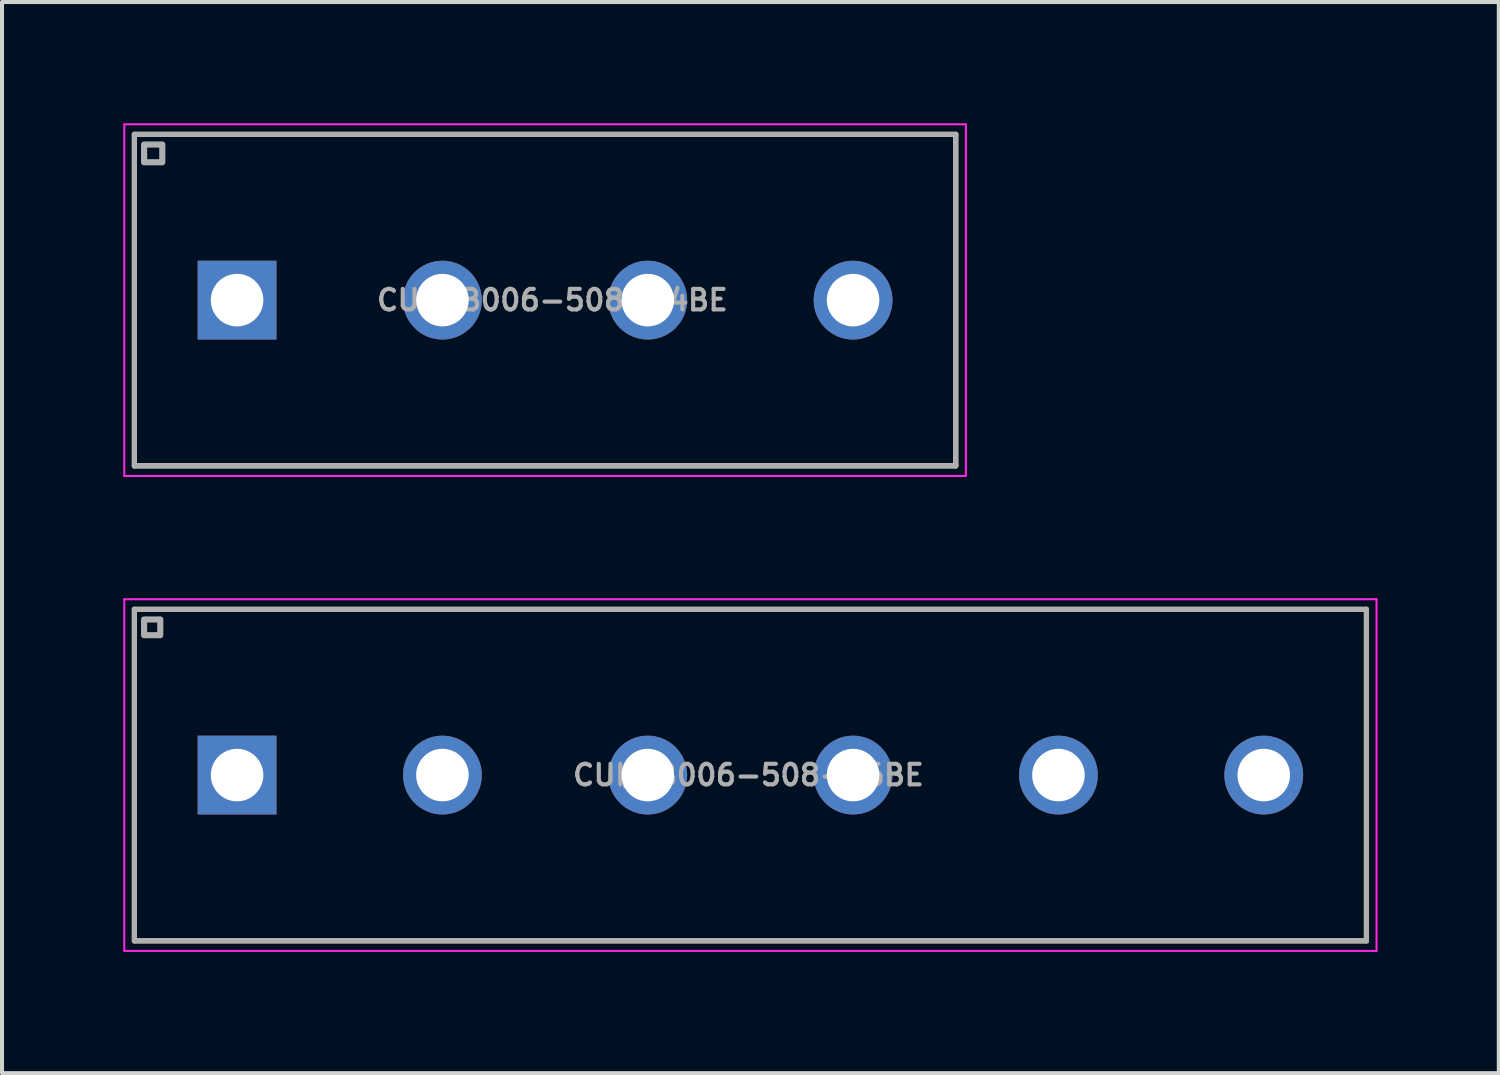
<source format=kicad_pcb>
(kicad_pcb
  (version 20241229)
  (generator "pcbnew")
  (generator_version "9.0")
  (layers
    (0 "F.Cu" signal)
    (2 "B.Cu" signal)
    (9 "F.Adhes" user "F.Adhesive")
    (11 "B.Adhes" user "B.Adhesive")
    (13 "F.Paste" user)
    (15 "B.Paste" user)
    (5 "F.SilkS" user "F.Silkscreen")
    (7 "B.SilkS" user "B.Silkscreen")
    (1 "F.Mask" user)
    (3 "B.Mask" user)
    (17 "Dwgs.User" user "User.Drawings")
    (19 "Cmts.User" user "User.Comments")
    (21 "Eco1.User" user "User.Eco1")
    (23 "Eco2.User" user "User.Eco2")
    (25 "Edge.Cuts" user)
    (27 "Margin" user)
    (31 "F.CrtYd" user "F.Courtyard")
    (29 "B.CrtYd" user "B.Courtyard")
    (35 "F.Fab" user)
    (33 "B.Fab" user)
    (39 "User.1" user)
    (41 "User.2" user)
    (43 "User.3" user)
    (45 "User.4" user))
  (footprint "CUI_TB006-508-04BE"
    (layer "F.Cu")
    (at 2.815 4.375)
    (property "Reference" "CUI_TB006-508-04BE" (at 7.8 0 0) (layer "F.Fab") (effects (font (size 0.508 0.508) (thickness 0.102))))
    (attr through_hole)
    (fp_line (start -2.54 -4.1) (end 17.78 -4.1) (stroke (width 0.127) (type solid)) (layer "F.SilkS"))
    (fp_line (start -2.54 4.1) (end -2.54 -4.1) (stroke (width 0.127) (type solid)) (layer "F.SilkS"))
    (fp_line (start 17.78 -4.1) (end 17.78 4.1) (stroke (width 0.127) (type solid)) (layer "F.SilkS"))
    (fp_line (start 17.78 4.1) (end -2.54 4.1) (stroke (width 0.127) (type solid)) (layer "F.SilkS"))
    (fp_line (start -2.79 -4.35) (end 18.03 -4.35) (stroke (width 0.05) (type solid)) (layer "F.CrtYd"))
    (fp_line (start -2.79 4.35) (end -2.79 -4.35) (stroke (width 0.05) (type solid)) (layer "F.CrtYd"))
    (fp_line (start 18.03 -4.35) (end 18.03 4.35) (stroke (width 0.05) (type solid)) (layer "F.CrtYd"))
    (fp_line (start 18.03 4.35) (end -2.79 4.35) (stroke (width 0.05) (type solid)) (layer "F.CrtYd"))
    (fp_line (start -2.54 -4.1) (end 17.78 -4.1) (stroke (width 0.127) (type solid)) (layer "F.Fab"))
    (fp_line (start -2.54 4.1) (end -2.54 -4.1) (stroke (width 0.127) (type solid)) (layer "F.Fab"))
    (fp_line (start 17.78 -4.1) (end 17.78 4.1) (stroke (width 0.127) (type solid)) (layer "F.Fab"))
    (fp_line (start 17.78 4.1) (end -2.54 4.1) (stroke (width 0.127) (type solid)) (layer "F.Fab"))
    (fp_rect (start -2.3 -3.41) (end -1.85 -3.85) (stroke (width 0.152) (type solid)) (fill no) (layer "F.Fab"))
    (pad "1" thru_hole rect (at 0 0) (size 1.95 1.95) (drill 1.3) (layers "*.Cu" "*.Mask"))
    (pad "2" thru_hole circle (at 5.08 0) (size 1.95 1.95) (drill 1.3) (layers "*.Cu" "*.Mask"))
    (pad "3" thru_hole circle (at 10.16 0) (size 1.95 1.95) (drill 1.3) (layers "*.Cu" "*.Mask"))
    (pad "4" thru_hole circle (at 15.24 0) (size 1.95 1.95) (drill 1.3) (layers "*.Cu" "*.Mask")))
  (footprint "CUI_TB006-508-06BE"
    (layer "F.Cu")
    (at 2.815 16.125)
    (property "Reference" "CUI_TB006-508-06BE" (at 12.65 0 0) (layer "F.Fab") (effects (font (size 0.508 0.508) (thickness 0.102))))
    (attr through_hole)
    (fp_line (start -2.54 -4.1) (end 27.94 -4.1) (stroke (width 0.127) (type solid)) (layer "F.SilkS"))
    (fp_line (start -2.54 4.1) (end -2.54 -4.1) (stroke (width 0.127) (type solid)) (layer "F.SilkS"))
    (fp_line (start 27.94 -4.1) (end 27.94 4.1) (stroke (width 0.127) (type solid)) (layer "F.SilkS"))
    (fp_line (start 27.94 4.1) (end -2.54 4.1) (stroke (width 0.127) (type solid)) (layer "F.SilkS"))
    (fp_line (start -2.79 -4.35) (end 28.19 -4.35) (stroke (width 0.05) (type solid)) (layer "F.CrtYd"))
    (fp_line (start -2.79 4.35) (end -2.79 -4.35) (stroke (width 0.05) (type solid)) (layer "F.CrtYd"))
    (fp_line (start 28.19 -4.35) (end 28.19 4.35) (stroke (width 0.05) (type solid)) (layer "F.CrtYd"))
    (fp_line (start 28.19 4.35) (end -2.79 4.35) (stroke (width 0.05) (type solid)) (layer "F.CrtYd"))
    (fp_line (start -2.54 -4.1) (end 27.94 -4.1) (stroke (width 0.127) (type solid)) (layer "F.Fab"))
    (fp_line (start -2.54 4.1) (end -2.54 -4.1) (stroke (width 0.127) (type solid)) (layer "F.Fab"))
    (fp_line (start 27.94 -4.1) (end 27.94 4.1) (stroke (width 0.127) (type solid)) (layer "F.Fab"))
    (fp_line (start 27.94 4.1) (end -2.54 4.1) (stroke (width 0.127) (type solid)) (layer "F.Fab"))
    (fp_rect (start -2.3 -3.46) (end -1.9 -3.85) (stroke (width 0.152) (type solid)) (fill no) (layer "F.Fab"))
    (pad "1" thru_hole rect (at 0 0) (size 1.95 1.95) (drill 1.3) (layers "*.Cu" "*.Mask"))
    (pad "2" thru_hole circle (at 5.08 0) (size 1.95 1.95) (drill 1.3) (layers "*.Cu" "*.Mask"))
    (pad "3" thru_hole circle (at 10.16 0) (size 1.95 1.95) (drill 1.3) (layers "*.Cu" "*.Mask"))
    (pad "4" thru_hole circle (at 15.24 0) (size 1.95 1.95) (drill 1.3) (layers "*.Cu" "*.Mask"))
    (pad "5" thru_hole circle (at 20.32 0) (size 1.95 1.95) (drill 1.3) (layers "*.Cu" "*.Mask"))
    (pad "6" thru_hole circle (at 25.4 0) (size 1.95 1.95) (drill 1.3) (layers "*.Cu" "*.Mask")))
  (gr_rect
    (start -3 -3)
    (end 34.03 23.5)
    (stroke (width 0.1) (type default))
    (fill no)
    (layer "Edge.Cuts")))
</source>
